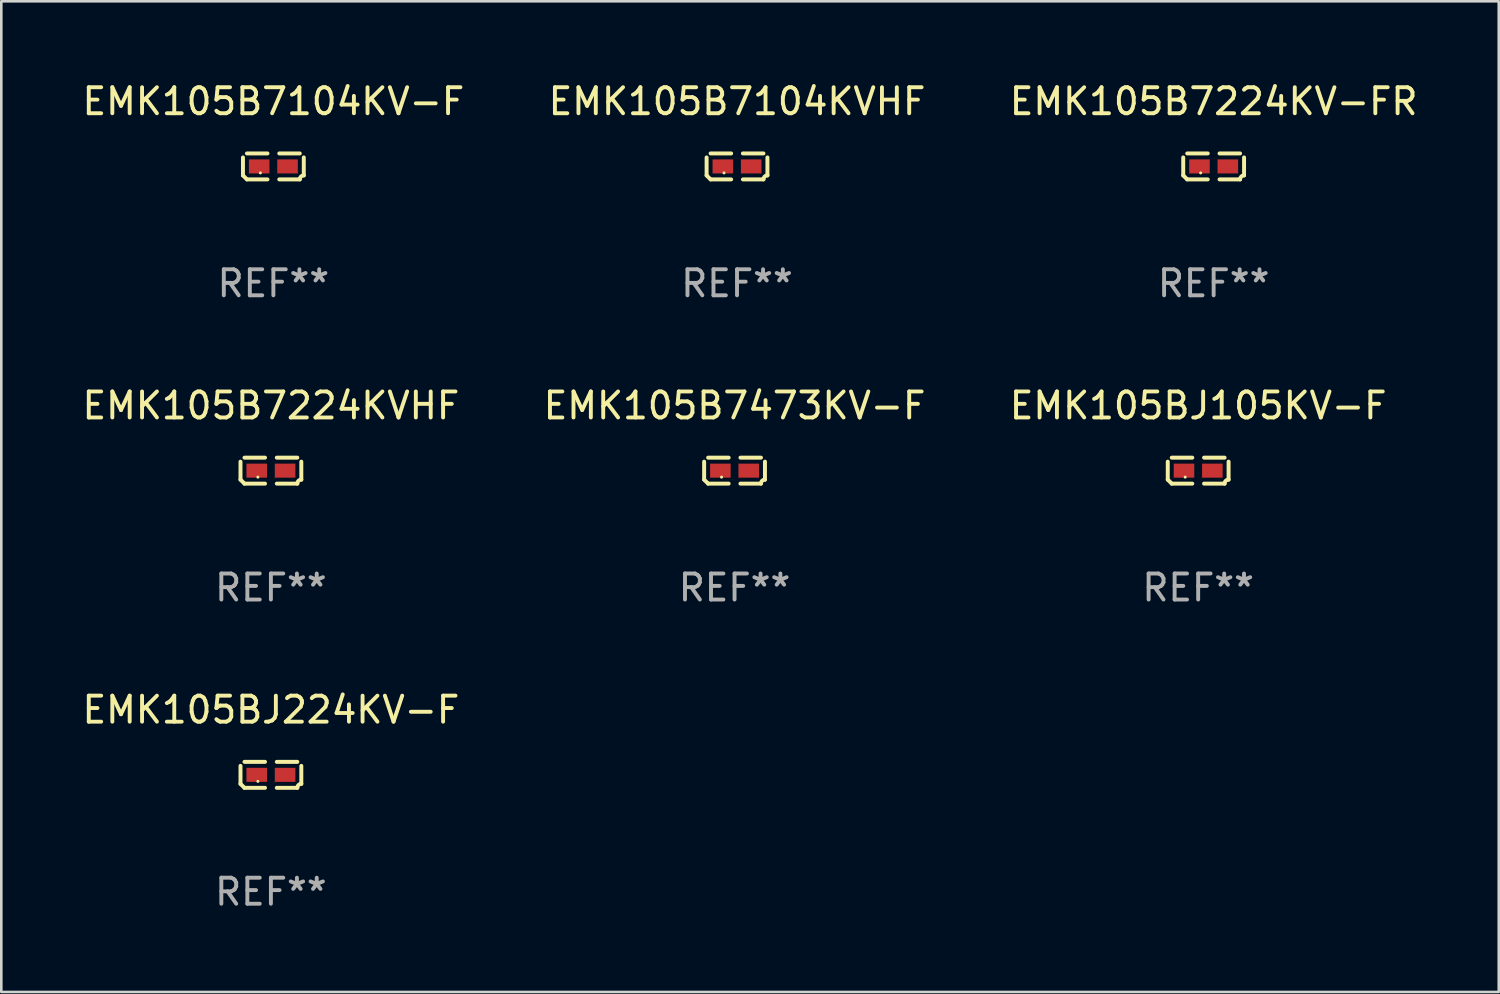
<source format=kicad_pcb>
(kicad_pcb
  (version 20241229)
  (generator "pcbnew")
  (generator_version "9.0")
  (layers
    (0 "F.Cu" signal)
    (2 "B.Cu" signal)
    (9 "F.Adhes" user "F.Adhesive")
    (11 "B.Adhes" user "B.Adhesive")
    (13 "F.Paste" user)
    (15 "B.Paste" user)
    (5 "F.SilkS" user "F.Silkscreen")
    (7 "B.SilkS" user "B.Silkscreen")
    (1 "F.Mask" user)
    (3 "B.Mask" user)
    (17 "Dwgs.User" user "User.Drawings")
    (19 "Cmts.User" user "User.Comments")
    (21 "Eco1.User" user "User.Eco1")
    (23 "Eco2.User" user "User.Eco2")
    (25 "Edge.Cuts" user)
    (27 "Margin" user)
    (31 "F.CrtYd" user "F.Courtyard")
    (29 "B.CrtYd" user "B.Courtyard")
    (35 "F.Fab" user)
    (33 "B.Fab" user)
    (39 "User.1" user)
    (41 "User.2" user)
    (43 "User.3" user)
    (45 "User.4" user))
  (footprint "EMK105B7224KVHF"
    (layer "F.Cu")
    (at 7.363 15.041)
    (property "Reference" "EMK105B7224KVHF" (at 0 -2.499 0) (layer "F.SilkS") (effects (font (size 1 1) (thickness 0.15))))
    (attr through_hole)
    (fp_line (start -1.169 0.346) (end -1.169 -0.346) (stroke (width 0.152) (type solid)) (layer "F.SilkS"))
    (fp_line (start -1.016 -0.499) (end -0.226 -0.499) (stroke (width 0.152) (type solid)) (layer "F.SilkS"))
    (fp_line (start -0.226 0.499) (end -1.016 0.499) (stroke (width 0.152) (type solid)) (layer "F.SilkS"))
    (fp_line (start 0.226 0.499) (end 1.016 0.499) (stroke (width 0.152) (type solid)) (layer "F.SilkS"))
    (fp_line (start 1.016 -0.499) (end 0.226 -0.499) (stroke (width 0.152) (type solid)) (layer "F.SilkS"))
    (fp_line (start 1.169 0.346) (end 1.169 -0.346) (stroke (width 0.152) (type solid)) (layer "F.SilkS"))
    (fp_arc (start -1.016307 0.498603) (mid -1.092512 0.422405) (end -1.16871 0.3462) (stroke (width 0.1524) (type solid)) (layer "F.SilkS"))
    (fp_arc (start 1.016307 0.498603) (mid 1.060899 0.390758) (end 1.168707 0.346076) (stroke (width 0.1524) (type solid)) (layer "F.SilkS"))
    (fp_circle (center -0.5 0.25) (end -0.47 0.25) (stroke (width 0.06) (type solid)) (fill no) (layer "F.SilkS"))
    (fp_text user "REF**" (at 0 4.499 0) (layer "F.Fab") (effects (font (size 1 1) (thickness 0.15))))
    (pad "1" smd rect (at -0.545 0) (size 0.79 0.54) (layers "F.Cu" "F.Mask" "F.Paste"))
    (pad "2" smd rect (at 0.545 0) (size 0.79 0.54) (layers "F.Cu" "F.Mask" "F.Paste")))
  (footprint "EMK105BJ224KV-F"
    (layer "F.Cu")
    (at 7.363 26.734)
    (property "Reference" "EMK105BJ224KV-F" (at 0 -2.499 0) (layer "F.SilkS") (effects (font (size 1 1) (thickness 0.15))))
    (attr through_hole)
    (fp_line (start -1.169 0.346) (end -1.169 -0.346) (stroke (width 0.152) (type solid)) (layer "F.SilkS"))
    (fp_line (start -1.016 -0.499) (end -0.226 -0.499) (stroke (width 0.152) (type solid)) (layer "F.SilkS"))
    (fp_line (start -0.226 0.499) (end -1.016 0.499) (stroke (width 0.152) (type solid)) (layer "F.SilkS"))
    (fp_line (start 0.226 0.499) (end 1.016 0.499) (stroke (width 0.152) (type solid)) (layer "F.SilkS"))
    (fp_line (start 1.016 -0.499) (end 0.226 -0.499) (stroke (width 0.152) (type solid)) (layer "F.SilkS"))
    (fp_line (start 1.169 0.346) (end 1.169 -0.346) (stroke (width 0.152) (type solid)) (layer "F.SilkS"))
    (fp_arc (start -1.016307 0.498603) (mid -1.092512 0.422405) (end -1.16871 0.3462) (stroke (width 0.1524) (type solid)) (layer "F.SilkS"))
    (fp_arc (start 1.016307 0.498603) (mid 1.060899 0.390758) (end 1.168707 0.346076) (stroke (width 0.1524) (type solid)) (layer "F.SilkS"))
    (fp_circle (center -0.5 0.25) (end -0.47 0.25) (stroke (width 0.06) (type solid)) (fill no) (layer "F.SilkS"))
    (fp_text user "REF**" (at 0 4.499 0) (layer "F.Fab") (effects (font (size 1 1) (thickness 0.15))))
    (pad "1" smd rect (at -0.545 0) (size 0.79 0.54) (layers "F.Cu" "F.Mask" "F.Paste"))
    (pad "2" smd rect (at 0.545 0) (size 0.79 0.54) (layers "F.Cu" "F.Mask" "F.Paste")))
  (footprint "EMK105B7104KVHF"
    (layer "F.Cu")
    (at 25.28 3.347)
    (property "Reference" "EMK105B7104KVHF" (at 0 -2.499 0) (layer "F.SilkS") (effects (font (size 1 1) (thickness 0.15))))
    (attr through_hole)
    (fp_line (start -1.169 0.346) (end -1.169 -0.346) (stroke (width 0.152) (type solid)) (layer "F.SilkS"))
    (fp_line (start -1.016 -0.499) (end -0.226 -0.499) (stroke (width 0.152) (type solid)) (layer "F.SilkS"))
    (fp_line (start -0.226 0.499) (end -1.016 0.499) (stroke (width 0.152) (type solid)) (layer "F.SilkS"))
    (fp_line (start 0.226 0.499) (end 1.016 0.499) (stroke (width 0.152) (type solid)) (layer "F.SilkS"))
    (fp_line (start 1.016 -0.499) (end 0.226 -0.499) (stroke (width 0.152) (type solid)) (layer "F.SilkS"))
    (fp_line (start 1.169 0.346) (end 1.169 -0.346) (stroke (width 0.152) (type solid)) (layer "F.SilkS"))
    (fp_arc (start -1.016307 0.498603) (mid -1.092512 0.422405) (end -1.16871 0.3462) (stroke (width 0.1524) (type solid)) (layer "F.SilkS"))
    (fp_arc (start 1.016307 0.498603) (mid 1.060899 0.390758) (end 1.168707 0.346076) (stroke (width 0.1524) (type solid)) (layer "F.SilkS"))
    (fp_circle (center -0.5 0.25) (end -0.47 0.25) (stroke (width 0.06) (type solid)) (fill no) (layer "F.SilkS"))
    (fp_text user "REF**" (at 0 4.499 0) (layer "F.Fab") (effects (font (size 1 1) (thickness 0.15))))
    (pad "1" smd rect (at -0.545 0) (size 0.79 0.54) (layers "F.Cu" "F.Mask" "F.Paste"))
    (pad "2" smd rect (at 0.545 0) (size 0.79 0.54) (layers "F.Cu" "F.Mask" "F.Paste")))
  (footprint "EMK105B7224KV-FR"
    (layer "F.Cu")
    (at 43.601 3.347)
    (property "Reference" "EMK105B7224KV-FR" (at 0 -2.499 0) (layer "F.SilkS") (effects (font (size 1 1) (thickness 0.15))))
    (attr through_hole)
    (fp_line (start -1.169 0.346) (end -1.169 -0.346) (stroke (width 0.152) (type solid)) (layer "F.SilkS"))
    (fp_line (start -1.016 -0.499) (end -0.226 -0.499) (stroke (width 0.152) (type solid)) (layer "F.SilkS"))
    (fp_line (start -0.226 0.499) (end -1.016 0.499) (stroke (width 0.152) (type solid)) (layer "F.SilkS"))
    (fp_line (start 0.226 0.499) (end 1.016 0.499) (stroke (width 0.152) (type solid)) (layer "F.SilkS"))
    (fp_line (start 1.016 -0.499) (end 0.226 -0.499) (stroke (width 0.152) (type solid)) (layer "F.SilkS"))
    (fp_line (start 1.169 0.346) (end 1.169 -0.346) (stroke (width 0.152) (type solid)) (layer "F.SilkS"))
    (fp_arc (start -1.016307 0.498603) (mid -1.092512 0.422405) (end -1.16871 0.3462) (stroke (width 0.1524) (type solid)) (layer "F.SilkS"))
    (fp_arc (start 1.016307 0.498603) (mid 1.060899 0.390758) (end 1.168707 0.346076) (stroke (width 0.1524) (type solid)) (layer "F.SilkS"))
    (fp_circle (center -0.5 0.25) (end -0.47 0.25) (stroke (width 0.06) (type solid)) (fill no) (layer "F.SilkS"))
    (fp_text user "REF**" (at 0 4.499 0) (layer "F.Fab") (effects (font (size 1 1) (thickness 0.15))))
    (pad "1" smd rect (at -0.545 0) (size 0.79 0.54) (layers "F.Cu" "F.Mask" "F.Paste"))
    (pad "2" smd rect (at 0.545 0) (size 0.79 0.54) (layers "F.Cu" "F.Mask" "F.Paste")))
  (footprint "EMK105B7104KV-F"
    (layer "F.Cu")
    (at 7.458 3.347)
    (property "Reference" "EMK105B7104KV-F" (at 0 -2.499 0) (layer "F.SilkS") (effects (font (size 1 1) (thickness 0.15))))
    (attr through_hole)
    (fp_line (start -1.169 0.346) (end -1.169 -0.346) (stroke (width 0.152) (type solid)) (layer "F.SilkS"))
    (fp_line (start -1.016 -0.499) (end -0.226 -0.499) (stroke (width 0.152) (type solid)) (layer "F.SilkS"))
    (fp_line (start -0.226 0.499) (end -1.016 0.499) (stroke (width 0.152) (type solid)) (layer "F.SilkS"))
    (fp_line (start 0.226 0.499) (end 1.016 0.499) (stroke (width 0.152) (type solid)) (layer "F.SilkS"))
    (fp_line (start 1.016 -0.499) (end 0.226 -0.499) (stroke (width 0.152) (type solid)) (layer "F.SilkS"))
    (fp_line (start 1.169 0.346) (end 1.169 -0.346) (stroke (width 0.152) (type solid)) (layer "F.SilkS"))
    (fp_arc (start -1.016307 0.498603) (mid -1.092512 0.422405) (end -1.16871 0.3462) (stroke (width 0.1524) (type solid)) (layer "F.SilkS"))
    (fp_arc (start 1.016307 0.498603) (mid 1.060899 0.390758) (end 1.168707 0.346076) (stroke (width 0.1524) (type solid)) (layer "F.SilkS"))
    (fp_circle (center -0.5 0.25) (end -0.47 0.25) (stroke (width 0.06) (type solid)) (fill no) (layer "F.SilkS"))
    (fp_text user "REF**" (at 0 4.499 0) (layer "F.Fab") (effects (font (size 1 1) (thickness 0.15))))
    (pad "1" smd rect (at -0.545 0) (size 0.79 0.54) (layers "F.Cu" "F.Mask" "F.Paste"))
    (pad "2" smd rect (at 0.545 0) (size 0.79 0.54) (layers "F.Cu" "F.Mask" "F.Paste")))
  (footprint "EMK105BJ105KV-F"
    (layer "F.Cu")
    (at 43.006 15.041)
    (property "Reference" "EMK105BJ105KV-F" (at 0 -2.499 0) (layer "F.SilkS") (effects (font (size 1 1) (thickness 0.15))))
    (attr through_hole)
    (fp_line (start -1.169 0.346) (end -1.169 -0.346) (stroke (width 0.152) (type solid)) (layer "F.SilkS"))
    (fp_line (start -1.016 -0.499) (end -0.226 -0.499) (stroke (width 0.152) (type solid)) (layer "F.SilkS"))
    (fp_line (start -0.226 0.499) (end -1.016 0.499) (stroke (width 0.152) (type solid)) (layer "F.SilkS"))
    (fp_line (start 0.226 0.499) (end 1.016 0.499) (stroke (width 0.152) (type solid)) (layer "F.SilkS"))
    (fp_line (start 1.016 -0.499) (end 0.226 -0.499) (stroke (width 0.152) (type solid)) (layer "F.SilkS"))
    (fp_line (start 1.169 0.346) (end 1.169 -0.346) (stroke (width 0.152) (type solid)) (layer "F.SilkS"))
    (fp_arc (start -1.016307 0.498603) (mid -1.092512 0.422405) (end -1.16871 0.3462) (stroke (width 0.1524) (type solid)) (layer "F.SilkS"))
    (fp_arc (start 1.016307 0.498603) (mid 1.060899 0.390758) (end 1.168707 0.346076) (stroke (width 0.1524) (type solid)) (layer "F.SilkS"))
    (fp_circle (center -0.5 0.25) (end -0.47 0.25) (stroke (width 0.06) (type solid)) (fill no) (layer "F.SilkS"))
    (fp_text user "REF**" (at 0 4.499 0) (layer "F.Fab") (effects (font (size 1 1) (thickness 0.15))))
    (pad "1" smd rect (at -0.545 0) (size 0.79 0.54) (layers "F.Cu" "F.Mask" "F.Paste"))
    (pad "2" smd rect (at 0.545 0) (size 0.79 0.54) (layers "F.Cu" "F.Mask" "F.Paste")))
  (footprint "EMK105B7473KV-F"
    (layer "F.Cu")
    (at 25.185 15.041)
    (property "Reference" "EMK105B7473KV-F" (at 0 -2.499 0) (layer "F.SilkS") (effects (font (size 1 1) (thickness 0.15))))
    (attr through_hole)
    (fp_line (start -1.169 0.346) (end -1.169 -0.346) (stroke (width 0.152) (type solid)) (layer "F.SilkS"))
    (fp_line (start -1.016 -0.499) (end -0.226 -0.499) (stroke (width 0.152) (type solid)) (layer "F.SilkS"))
    (fp_line (start -0.226 0.499) (end -1.016 0.499) (stroke (width 0.152) (type solid)) (layer "F.SilkS"))
    (fp_line (start 0.226 0.499) (end 1.016 0.499) (stroke (width 0.152) (type solid)) (layer "F.SilkS"))
    (fp_line (start 1.016 -0.499) (end 0.226 -0.499) (stroke (width 0.152) (type solid)) (layer "F.SilkS"))
    (fp_line (start 1.169 0.346) (end 1.169 -0.346) (stroke (width 0.152) (type solid)) (layer "F.SilkS"))
    (fp_arc (start -1.016307 0.498603) (mid -1.092512 0.422405) (end -1.16871 0.3462) (stroke (width 0.1524) (type solid)) (layer "F.SilkS"))
    (fp_arc (start 1.016307 0.498603) (mid 1.060899 0.390758) (end 1.168707 0.346076) (stroke (width 0.1524) (type solid)) (layer "F.SilkS"))
    (fp_circle (center -0.5 0.25) (end -0.47 0.25) (stroke (width 0.06) (type solid)) (fill no) (layer "F.SilkS"))
    (fp_text user "REF**" (at 0 4.499 0) (layer "F.Fab") (effects (font (size 1 1) (thickness 0.15))))
    (pad "1" smd rect (at -0.545 0) (size 0.79 0.54) (layers "F.Cu" "F.Mask" "F.Paste"))
    (pad "2" smd rect (at 0.545 0) (size 0.79 0.54) (layers "F.Cu" "F.Mask" "F.Paste")))
  (gr_rect
    (start -3 -3)
    (end 54.56 35.081)
    (stroke (width 0.1) (type default))
    (fill no)
    (layer "Edge.Cuts")))
</source>
